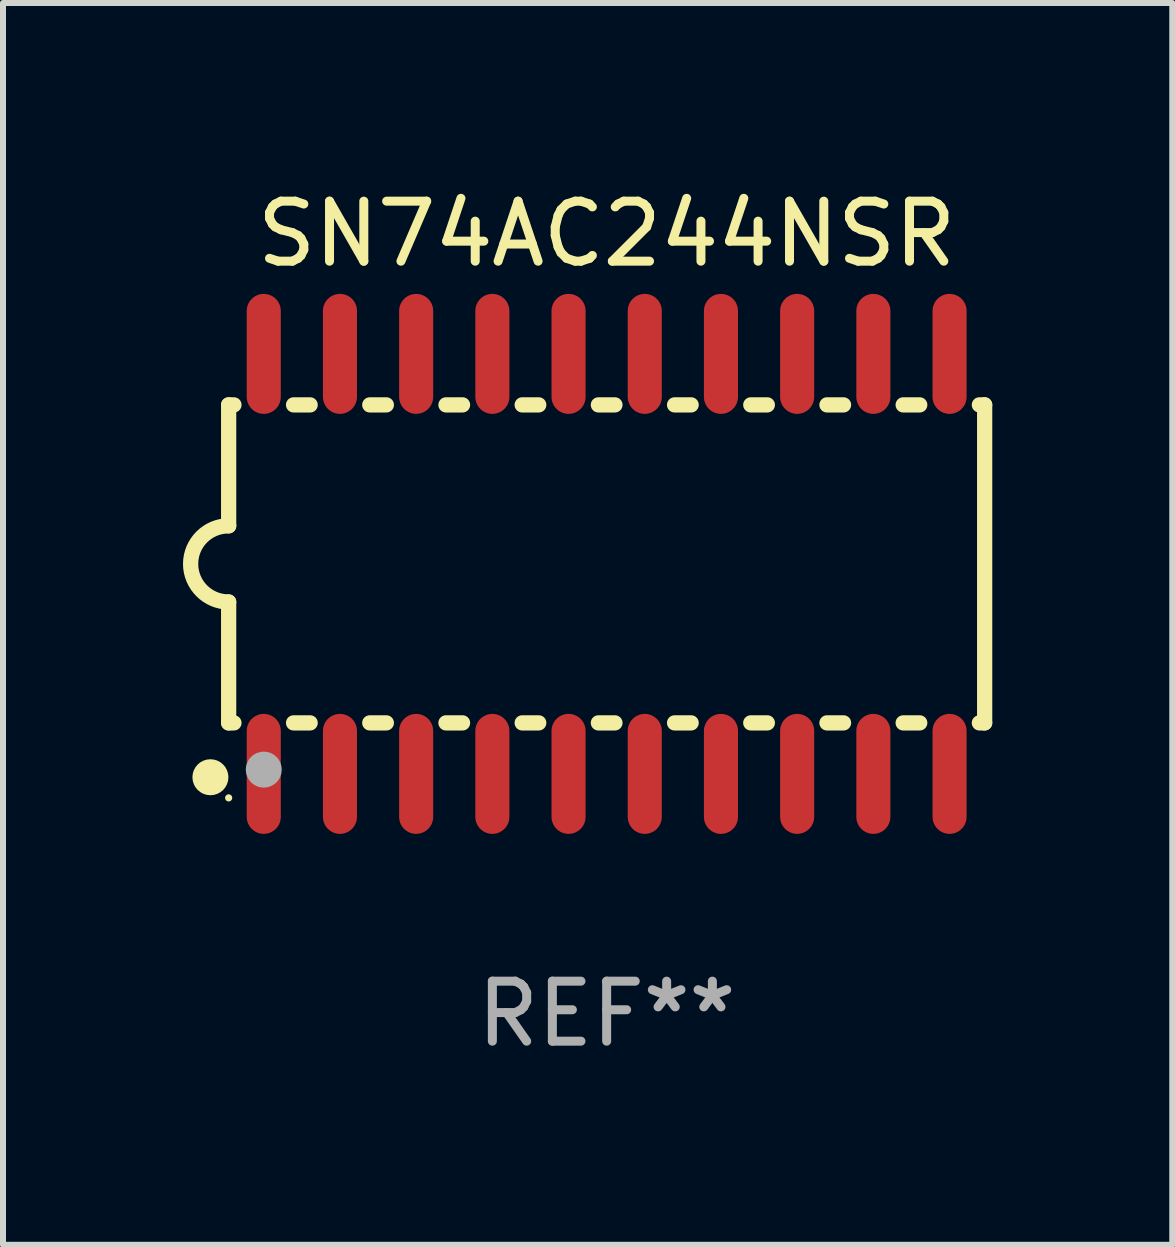
<source format=kicad_pcb>
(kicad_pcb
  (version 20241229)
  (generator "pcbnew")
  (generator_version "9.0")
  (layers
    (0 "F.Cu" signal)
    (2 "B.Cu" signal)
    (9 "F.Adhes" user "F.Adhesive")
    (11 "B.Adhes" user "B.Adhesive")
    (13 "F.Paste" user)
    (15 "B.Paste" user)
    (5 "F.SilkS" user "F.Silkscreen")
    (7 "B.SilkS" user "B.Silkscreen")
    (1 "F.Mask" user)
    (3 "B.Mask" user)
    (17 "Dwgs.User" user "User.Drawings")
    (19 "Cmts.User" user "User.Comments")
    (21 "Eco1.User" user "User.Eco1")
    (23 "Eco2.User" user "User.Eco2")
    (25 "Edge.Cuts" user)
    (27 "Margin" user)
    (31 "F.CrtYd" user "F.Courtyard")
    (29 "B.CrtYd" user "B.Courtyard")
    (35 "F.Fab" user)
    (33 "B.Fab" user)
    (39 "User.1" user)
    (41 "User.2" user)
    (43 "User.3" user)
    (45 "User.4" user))
  (footprint "SN74AC244NSR"
    (layer "F.Cu")
    (at 7.061 6.348)
    (property "Reference" "SN74AC244NSR" (at 0 -5.5 0) (layer "F.SilkS") (effects (font (size 1 1) (thickness 0.15))))
    (attr through_hole)
    (fp_line (start -6.3 -2.65) (end -6.3 -0.635) (stroke (width 0.254) (type solid)) (layer "F.SilkS"))
    (fp_line (start -6.3 -2.65) (end -6.212 -2.65) (stroke (width 0.254) (type solid)) (layer "F.SilkS"))
    (fp_line (start -6.3 2.65) (end -6.3 0.635) (stroke (width 0.254) (type solid)) (layer "F.SilkS"))
    (fp_line (start -6.3 2.65) (end -6.212 2.65) (stroke (width 0.254) (type solid)) (layer "F.SilkS"))
    (fp_line (start -5.218 -2.65) (end -4.942 -2.65) (stroke (width 0.254) (type solid)) (layer "F.SilkS"))
    (fp_line (start -5.218 2.65) (end -4.942 2.65) (stroke (width 0.254) (type solid)) (layer "F.SilkS"))
    (fp_line (start -3.948 -2.65) (end -3.672 -2.65) (stroke (width 0.254) (type solid)) (layer "F.SilkS"))
    (fp_line (start -3.948 2.65) (end -3.672 2.65) (stroke (width 0.254) (type solid)) (layer "F.SilkS"))
    (fp_line (start -2.678 -2.65) (end -2.402 -2.65) (stroke (width 0.254) (type solid)) (layer "F.SilkS"))
    (fp_line (start -2.678 2.65) (end -2.402 2.65) (stroke (width 0.254) (type solid)) (layer "F.SilkS"))
    (fp_line (start -1.408 -2.65) (end -1.132 -2.65) (stroke (width 0.254) (type solid)) (layer "F.SilkS"))
    (fp_line (start -1.408 2.65) (end -1.132 2.65) (stroke (width 0.254) (type solid)) (layer "F.SilkS"))
    (fp_line (start -0.138 -2.65) (end 0.138 -2.65) (stroke (width 0.254) (type solid)) (layer "F.SilkS"))
    (fp_line (start -0.138 2.65) (end 0.138 2.65) (stroke (width 0.254) (type solid)) (layer "F.SilkS"))
    (fp_line (start 1.132 -2.65) (end 1.408 -2.65) (stroke (width 0.254) (type solid)) (layer "F.SilkS"))
    (fp_line (start 1.132 2.65) (end 1.408 2.65) (stroke (width 0.254) (type solid)) (layer "F.SilkS"))
    (fp_line (start 2.402 -2.65) (end 2.678 -2.65) (stroke (width 0.254) (type solid)) (layer "F.SilkS"))
    (fp_line (start 2.402 2.65) (end 2.678 2.65) (stroke (width 0.254) (type solid)) (layer "F.SilkS"))
    (fp_line (start 3.672 -2.65) (end 3.948 -2.65) (stroke (width 0.254) (type solid)) (layer "F.SilkS"))
    (fp_line (start 3.672 2.65) (end 3.948 2.65) (stroke (width 0.254) (type solid)) (layer "F.SilkS"))
    (fp_line (start 4.942 -2.65) (end 5.218 -2.65) (stroke (width 0.254) (type solid)) (layer "F.SilkS"))
    (fp_line (start 4.942 2.65) (end 5.218 2.65) (stroke (width 0.254) (type solid)) (layer "F.SilkS"))
    (fp_line (start 6.212 -2.65) (end 6.3 -2.65) (stroke (width 0.254) (type solid)) (layer "F.SilkS"))
    (fp_line (start 6.212 2.65) (end 6.3 2.65) (stroke (width 0.254) (type solid)) (layer "F.SilkS"))
    (fp_line (start 6.3 -2.65) (end 6.3 2.65) (stroke (width 0.254) (type solid)) (layer "F.SilkS"))
    (fp_arc (start -6.299975 0.634874) (mid -6.933579 0.000127) (end -6.299213 -0.633858) (stroke (width 0.254001) (type solid)) (layer "F.SilkS"))
    (fp_circle (center -6.604 3.556) (end -6.454 3.556) (stroke (width 0.3) (type solid)) (fill no) (layer "F.SilkS"))
    (fp_circle (center -6.3 3.9) (end -6.27 3.9) (stroke (width 0.06) (type solid)) (fill no) (layer "F.SilkS"))
    (fp_circle (center -5.715 3.429) (end -5.565 3.429) (stroke (width 0.3) (type solid)) (fill no) (layer "F.Fab"))
    (fp_text user "REF**" (at 0 7.5 0) (layer "F.Fab") (effects (font (size 1 1) (thickness 0.15))))
    (pad "1" smd oval (at -5.715 3.5) (size 0.568 2) (layers "F.Cu" "F.Mask" "F.Paste"))
    (pad "2" smd oval (at -4.445 3.5) (size 0.568 2) (layers "F.Cu" "F.Mask" "F.Paste"))
    (pad "3" smd oval (at -3.175 3.5) (size 0.568 2) (layers "F.Cu" "F.Mask" "F.Paste"))
    (pad "4" smd oval (at -1.905 3.5) (size 0.568 2) (layers "F.Cu" "F.Mask" "F.Paste"))
    (pad "5" smd oval (at -0.635 3.5) (size 0.568 2) (layers "F.Cu" "F.Mask" "F.Paste"))
    (pad "6" smd oval (at 0.635 3.5) (size 0.568 2) (layers "F.Cu" "F.Mask" "F.Paste"))
    (pad "7" smd oval (at 1.905 3.5) (size 0.568 2) (layers "F.Cu" "F.Mask" "F.Paste"))
    (pad "8" smd oval (at 3.175 3.5) (size 0.568 2) (layers "F.Cu" "F.Mask" "F.Paste"))
    (pad "9" smd oval (at 4.445 3.5) (size 0.568 2) (layers "F.Cu" "F.Mask" "F.Paste"))
    (pad "10" smd oval (at 5.715 3.5) (size 0.568 2) (layers "F.Cu" "F.Mask" "F.Paste"))
    (pad "11" smd oval (at 5.715 -3.5) (size 0.568 2) (layers "F.Cu" "F.Mask" "F.Paste"))
    (pad "12" smd oval (at 4.445 -3.5) (size 0.568 2) (layers "F.Cu" "F.Mask" "F.Paste"))
    (pad "13" smd oval (at 3.175 -3.5) (size 0.568 2) (layers "F.Cu" "F.Mask" "F.Paste"))
    (pad "14" smd oval (at 1.905 -3.5) (size 0.568 2) (layers "F.Cu" "F.Mask" "F.Paste"))
    (pad "15" smd oval (at 0.635 -3.5) (size 0.568 2) (layers "F.Cu" "F.Mask" "F.Paste"))
    (pad "16" smd oval (at -0.635 -3.5) (size 0.568 2) (layers "F.Cu" "F.Mask" "F.Paste"))
    (pad "17" smd oval (at -1.905 -3.5) (size 0.568 2) (layers "F.Cu" "F.Mask" "F.Paste"))
    (pad "18" smd oval (at -3.175 -3.5) (size 0.568 2) (layers "F.Cu" "F.Mask" "F.Paste"))
    (pad "19" smd oval (at -4.445 -3.5) (size 0.568 2) (layers "F.Cu" "F.Mask" "F.Paste"))
    (pad "20" smd oval (at -5.715 -3.5) (size 0.568 2) (layers "F.Cu" "F.Mask" "F.Paste")))
  (gr_rect
    (start -3 -3)
    (end 16.488 17.697)
    (stroke (width 0.1) (type default))
    (fill no)
    (layer "Edge.Cuts")))
</source>
